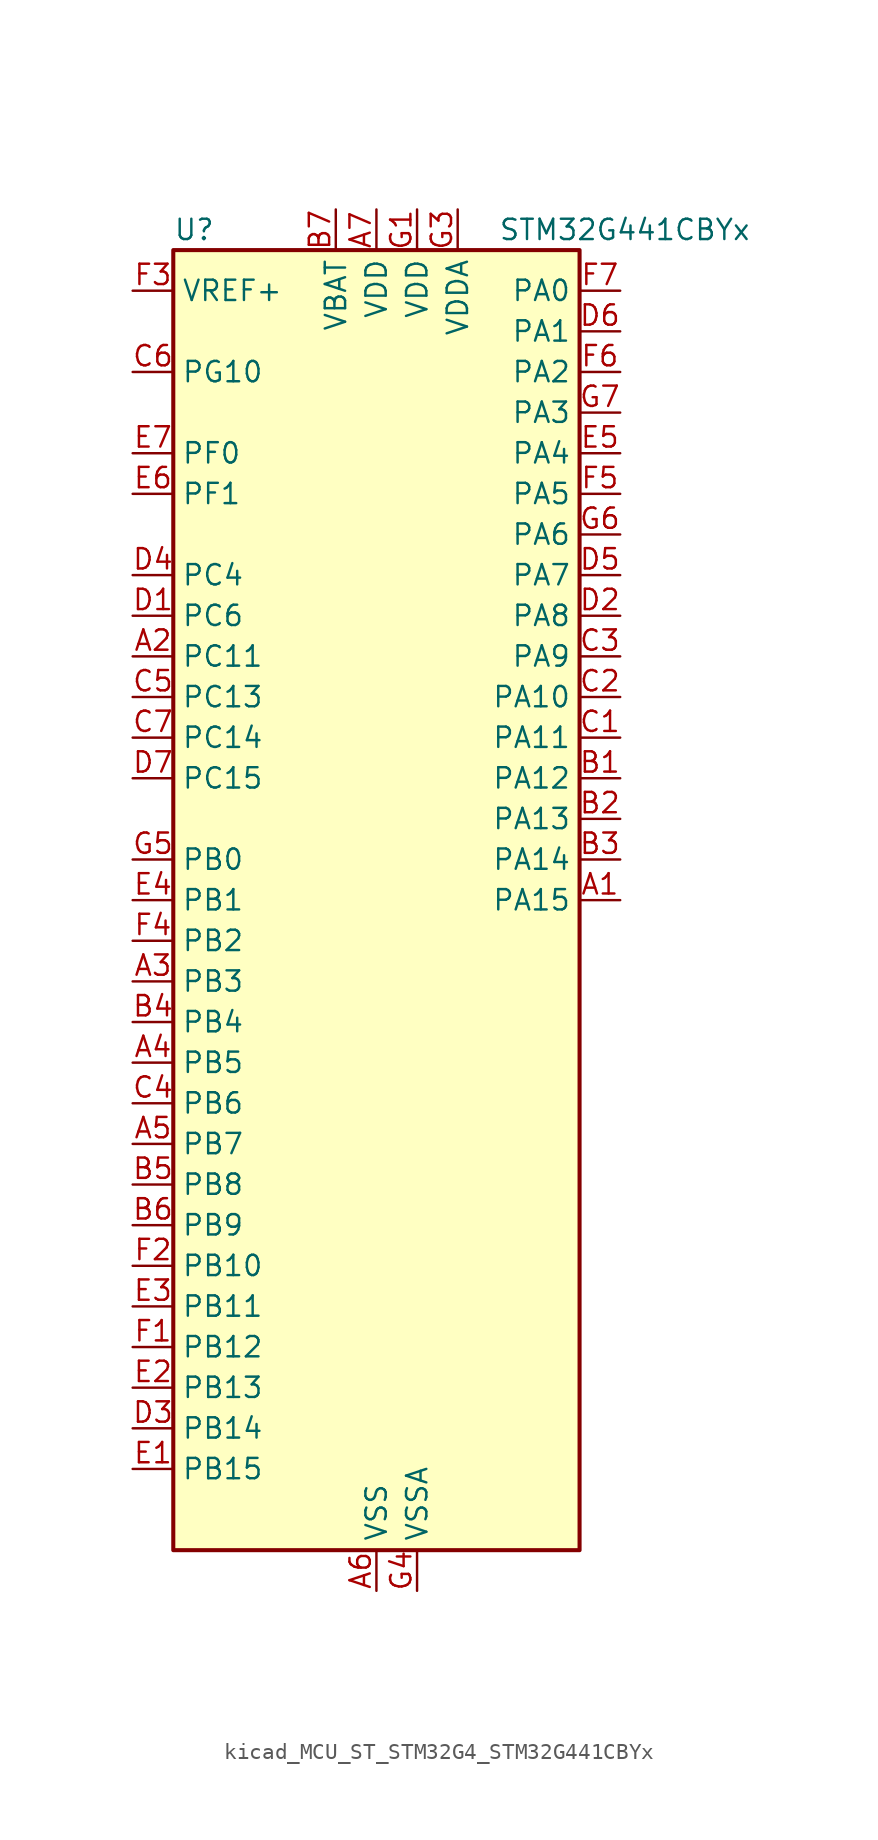
<source format=kicad_sym>
(kicad_symbol_lib
  (version 20220914)
  (generator kicad_symbol_editor)
  (symbol "kicad_MCU_ST_STM32G4_STM32G441CBYx"
    (property "Reference" "U"
      (at -12.7 41.91 0)
      (effects (font (size 1.27 1.27)) (justify left)))
    (property "Value" "STM32G441CBYx"
      (at 7.62 41.91 0)
      (effects (font (size 1.27 1.27)) (justify left)))
    (property "ki_locked" ""
      (at 0 0 0)
      (effects (font (size 1.27 1.27))))
    (symbol "kicad_MCU_ST_STM32G4_STM32G441CBYx_0_1"
      (rectangle (start -12.7 -40.64) (end 12.7 40.64) (stroke (width 0.254) (type default)) (fill (type background))))
    (symbol "kicad_MCU_ST_STM32G4_STM32G441CBYx_1_1"
      (pin bidirectional line (at 15.24 0 180) (length 2.54) (name "PA15" (effects (font (size 1.27 1.27)))) (number "A1" (effects (font (size 1.27 1.27)))) (alternate "ADC1_EXTI15" bidirectional line) (alternate "ADC2_EXTI15" bidirectional line) (alternate "I2C1_SCL" bidirectional line) (alternate "I2S3_WS" bidirectional line) (alternate "SPI1_NSS" bidirectional line) (alternate "SPI3_NSS" bidirectional line) (alternate "SYS_JTDI" bidirectional line) (alternate "TIM1_BKIN" bidirectional line) (alternate "TIM2_CH1" bidirectional line) (alternate "TIM2_ETR" bidirectional line) (alternate "TIM8_CH1" bidirectional line) (alternate "USART2_RX" bidirectional line))
      (pin bidirectional line (at -15.24 15.24 0) (length 2.54) (name "PC11" (effects (font (size 1.27 1.27)))) (number "A2" (effects (font (size 1.27 1.27)))) (alternate "ADC1_EXTI11" bidirectional line) (alternate "ADC2_EXTI11" bidirectional line) (alternate "I2C3_SDA" bidirectional line) (alternate "SPI3_MISO" bidirectional line) (alternate "TIM8_CH2N" bidirectional line) (alternate "USART3_RX" bidirectional line))
      (pin bidirectional line (at -15.24 -5.08 0) (length 2.54) (name "PB3" (effects (font (size 1.27 1.27)))) (number "A3" (effects (font (size 1.27 1.27)))) (alternate "CRS_SYNC" bidirectional line) (alternate "I2S3_CK" bidirectional line) (alternate "SAI1_SCK_B" bidirectional line) (alternate "SPI1_SCK" bidirectional line) (alternate "SPI3_SCK" bidirectional line) (alternate "SYS_JTDO-SWO" bidirectional line) (alternate "TIM2_CH2" bidirectional line) (alternate "TIM3_ETR" bidirectional line) (alternate "TIM4_ETR" bidirectional line) (alternate "TIM8_CH1N" bidirectional line) (alternate "USART2_TX" bidirectional line))
      (pin bidirectional line (at -15.24 -10.16 0) (length 2.54) (name "PB5" (effects (font (size 1.27 1.27)))) (number "A4" (effects (font (size 1.27 1.27)))) (alternate "I2C1_SMBA" bidirectional line) (alternate "I2C3_SDA" bidirectional line) (alternate "I2S3_SD" bidirectional line) (alternate "LPTIM1_IN1" bidirectional line) (alternate "SAI1_SD_B" bidirectional line) (alternate "SPI1_MOSI" bidirectional line) (alternate "SPI3_MOSI" bidirectional line) (alternate "TIM16_BKIN" bidirectional line) (alternate "TIM17_CH1" bidirectional line) (alternate "TIM3_CH2" bidirectional line) (alternate "TIM8_CH3N" bidirectional line) (alternate "USART2_CK" bidirectional line))
      (pin bidirectional line (at -15.24 -15.24 0) (length 2.54) (name "PB7" (effects (font (size 1.27 1.27)))) (number "A5" (effects (font (size 1.27 1.27)))) (alternate "COMP3_OUT" bidirectional line) (alternate "I2C1_SDA" bidirectional line) (alternate "LPTIM1_IN2" bidirectional line) (alternate "SYS_PVD_IN" bidirectional line) (alternate "TIM17_CH1N" bidirectional line) (alternate "TIM3_CH4" bidirectional line) (alternate "TIM4_CH2" bidirectional line) (alternate "TIM8_BKIN" bidirectional line) (alternate "USART1_RX" bidirectional line))
      (pin power_in line (at 0 -43.18 90) (length 2.54) (name "VSS" (effects (font (size 1.27 1.27)))) (number "A6" (effects (font (size 1.27 1.27)))))
      (pin power_in line (at 0 43.18 270) (length 2.54) (name "VDD" (effects (font (size 1.27 1.27)))) (number "A7" (effects (font (size 1.27 1.27)))))
      (pin bidirectional line (at 15.24 7.62 180) (length 2.54) (name "PA12" (effects (font (size 1.27 1.27)))) (number "B1" (effects (font (size 1.27 1.27)))) (alternate "COMP2_OUT" bidirectional line) (alternate "FDCAN1_TX" bidirectional line) (alternate "I2S_CKIN" bidirectional line) (alternate "TIM16_CH1" bidirectional line) (alternate "TIM1_CH2N" bidirectional line) (alternate "TIM1_ETR" bidirectional line) (alternate "TIM4_CH2" bidirectional line) (alternate "USART1_DE" bidirectional line) (alternate "USART1_RTS" bidirectional line) (alternate "USB_DP" bidirectional line))
      (pin bidirectional line (at 15.24 5.08 180) (length 2.54) (name "PA13" (effects (font (size 1.27 1.27)))) (number "B2" (effects (font (size 1.27 1.27)))) (alternate "I2C1_SCL" bidirectional line) (alternate "IR_OUT" bidirectional line) (alternate "SAI1_SD_B" bidirectional line) (alternate "SYS_JTMS-SWDIO" bidirectional line) (alternate "TIM16_CH1N" bidirectional line) (alternate "TIM4_CH3" bidirectional line) (alternate "USART3_CTS" bidirectional line) (alternate "USART3_NSS" bidirectional line))
      (pin bidirectional line (at 15.24 2.54 180) (length 2.54) (name "PA14" (effects (font (size 1.27 1.27)))) (number "B3" (effects (font (size 1.27 1.27)))) (alternate "I2C1_SDA" bidirectional line) (alternate "LPTIM1_OUT" bidirectional line) (alternate "SAI1_FS_B" bidirectional line) (alternate "SYS_JTCK-SWCLK" bidirectional line) (alternate "TIM1_BKIN" bidirectional line) (alternate "TIM8_CH2" bidirectional line) (alternate "USART2_TX" bidirectional line))
      (pin bidirectional line (at -15.24 -7.62 0) (length 2.54) (name "PB4" (effects (font (size 1.27 1.27)))) (number "B4" (effects (font (size 1.27 1.27)))) (alternate "SAI1_MCLK_B" bidirectional line) (alternate "SPI1_MISO" bidirectional line) (alternate "SPI3_MISO" bidirectional line) (alternate "SYS_JTRST" bidirectional line) (alternate "TIM16_CH1" bidirectional line) (alternate "TIM17_BKIN" bidirectional line) (alternate "TIM3_CH1" bidirectional line) (alternate "TIM8_CH2N" bidirectional line) (alternate "UCPD1_CC2" bidirectional line) (alternate "USART2_RX" bidirectional line))
      (pin bidirectional line (at -15.24 -17.78 0) (length 2.54) (name "PB8" (effects (font (size 1.27 1.27)))) (number "B5" (effects (font (size 1.27 1.27)))) (alternate "COMP1_OUT" bidirectional line) (alternate "FDCAN1_RX" bidirectional line) (alternate "I2C1_SCL" bidirectional line) (alternate "SAI1_CK1" bidirectional line) (alternate "SAI1_MCLK_A" bidirectional line) (alternate "TIM16_CH1" bidirectional line) (alternate "TIM1_BKIN" bidirectional line) (alternate "TIM4_CH3" bidirectional line) (alternate "TIM8_CH2" bidirectional line) (alternate "USART3_RX" bidirectional line))
      (pin bidirectional line (at -15.24 -20.32 0) (length 2.54) (name "PB9" (effects (font (size 1.27 1.27)))) (number "B6" (effects (font (size 1.27 1.27)))) (alternate "COMP2_OUT" bidirectional line) (alternate "DAC1_EXTI9" bidirectional line) (alternate "DAC3_EXTI9" bidirectional line) (alternate "FDCAN1_TX" bidirectional line) (alternate "I2C1_SDA" bidirectional line) (alternate "IR_OUT" bidirectional line) (alternate "SAI1_D2" bidirectional line) (alternate "SAI1_FS_A" bidirectional line) (alternate "TIM17_CH1" bidirectional line) (alternate "TIM1_CH3N" bidirectional line) (alternate "TIM4_CH4" bidirectional line) (alternate "TIM8_CH3" bidirectional line) (alternate "USART3_TX" bidirectional line))
      (pin power_in line (at -2.54 43.18 270) (length 2.54) (name "VBAT" (effects (font (size 1.27 1.27)))) (number "B7" (effects (font (size 1.27 1.27)))))
      (pin bidirectional line (at 15.24 10.16 180) (length 2.54) (name "PA11" (effects (font (size 1.27 1.27)))) (number "C1" (effects (font (size 1.27 1.27)))) (alternate "ADC1_EXTI11" bidirectional line) (alternate "ADC2_EXTI11" bidirectional line) (alternate "COMP1_OUT" bidirectional line) (alternate "FDCAN1_RX" bidirectional line) (alternate "I2S2_SD" bidirectional line) (alternate "SPI2_MOSI" bidirectional line) (alternate "TIM1_BKIN2" bidirectional line) (alternate "TIM1_CH1N" bidirectional line) (alternate "TIM1_CH4" bidirectional line) (alternate "TIM4_CH1" bidirectional line) (alternate "USART1_CTS" bidirectional line) (alternate "USART1_NSS" bidirectional line) (alternate "USB_DM" bidirectional line))
      (pin bidirectional line (at 15.24 12.7 180) (length 2.54) (name "PA10" (effects (font (size 1.27 1.27)))) (number "C2" (effects (font (size 1.27 1.27)))) (alternate "CRS_SYNC" bidirectional line) (alternate "DAC1_EXTI10" bidirectional line) (alternate "DAC3_EXTI10" bidirectional line) (alternate "I2C2_SMBA" bidirectional line) (alternate "SAI1_D1" bidirectional line) (alternate "SAI1_SD_A" bidirectional line) (alternate "SPI2_MISO" bidirectional line) (alternate "TIM17_BKIN" bidirectional line) (alternate "TIM1_CH3" bidirectional line) (alternate "TIM2_CH4" bidirectional line) (alternate "TIM8_BKIN" bidirectional line) (alternate "UCPD1_DBCC2" bidirectional line) (alternate "USART1_RX" bidirectional line))
      (pin bidirectional line (at 15.24 15.24 180) (length 2.54) (name "PA9" (effects (font (size 1.27 1.27)))) (number "C3" (effects (font (size 1.27 1.27)))) (alternate "DAC1_EXTI9" bidirectional line) (alternate "DAC3_EXTI9" bidirectional line) (alternate "I2C2_SCL" bidirectional line) (alternate "I2C3_SMBA" bidirectional line) (alternate "I2S3_MCK" bidirectional line) (alternate "SAI1_FS_A" bidirectional line) (alternate "TIM15_BKIN" bidirectional line) (alternate "TIM1_CH2" bidirectional line) (alternate "TIM2_CH3" bidirectional line) (alternate "UCPD1_DBCC1" bidirectional line) (alternate "USART1_TX" bidirectional line))
      (pin bidirectional line (at -15.24 -12.7 0) (length 2.54) (name "PB6" (effects (font (size 1.27 1.27)))) (number "C4" (effects (font (size 1.27 1.27)))) (alternate "COMP4_OUT" bidirectional line) (alternate "LPTIM1_ETR" bidirectional line) (alternate "SAI1_FS_B" bidirectional line) (alternate "TIM16_CH1N" bidirectional line) (alternate "TIM4_CH1" bidirectional line) (alternate "TIM8_BKIN2" bidirectional line) (alternate "TIM8_CH1" bidirectional line) (alternate "TIM8_ETR" bidirectional line) (alternate "UCPD1_CC1" bidirectional line) (alternate "USART1_TX" bidirectional line))
      (pin bidirectional line (at -15.24 12.7 0) (length 2.54) (name "PC13" (effects (font (size 1.27 1.27)))) (number "C5" (effects (font (size 1.27 1.27)))) (alternate "RTC_OUT1" bidirectional line) (alternate "RTC_TAMP1" bidirectional line) (alternate "RTC_TS" bidirectional line) (alternate "SYS_WKUP2" bidirectional line) (alternate "TIM1_BKIN" bidirectional line) (alternate "TIM1_CH1N" bidirectional line) (alternate "TIM8_CH4N" bidirectional line))
      (pin bidirectional line (at -15.24 33.02 0) (length 2.54) (name "PG10" (effects (font (size 1.27 1.27)))) (number "C6" (effects (font (size 1.27 1.27)))) (alternate "DAC1_EXTI10" bidirectional line) (alternate "DAC3_EXTI10" bidirectional line) (alternate "RCC_MCO" bidirectional line))
      (pin bidirectional line (at -15.24 10.16 0) (length 2.54) (name "PC14" (effects (font (size 1.27 1.27)))) (number "C7" (effects (font (size 1.27 1.27)))) (alternate "RCC_OSC32_IN" bidirectional line))
      (pin bidirectional line (at -15.24 17.78 0) (length 2.54) (name "PC6" (effects (font (size 1.27 1.27)))) (number "D1" (effects (font (size 1.27 1.27)))) (alternate "I2S2_MCK" bidirectional line) (alternate "TIM3_CH1" bidirectional line) (alternate "TIM8_CH1" bidirectional line))
      (pin bidirectional line (at 15.24 17.78 180) (length 2.54) (name "PA8" (effects (font (size 1.27 1.27)))) (number "D2" (effects (font (size 1.27 1.27)))) (alternate "I2C2_SDA" bidirectional line) (alternate "I2C3_SCL" bidirectional line) (alternate "I2S2_MCK" bidirectional line) (alternate "RCC_MCO" bidirectional line) (alternate "SAI1_CK2" bidirectional line) (alternate "SAI1_SCK_A" bidirectional line) (alternate "TIM1_CH1" bidirectional line) (alternate "TIM4_ETR" bidirectional line) (alternate "USART1_CK" bidirectional line))
      (pin bidirectional line (at -15.24 -33.02 0) (length 2.54) (name "PB14" (effects (font (size 1.27 1.27)))) (number "D3" (effects (font (size 1.27 1.27)))) (alternate "ADC1_IN5" bidirectional line) (alternate "COMP4_OUT" bidirectional line) (alternate "OPAMP2_VINP" bidirectional line) (alternate "OPAMP2_VINP_SEC" bidirectional line) (alternate "SPI2_MISO" bidirectional line) (alternate "TIM15_CH1" bidirectional line) (alternate "TIM1_CH2N" bidirectional line) (alternate "USART3_DE" bidirectional line) (alternate "USART3_RTS" bidirectional line))
      (pin bidirectional line (at -15.24 20.32 0) (length 2.54) (name "PC4" (effects (font (size 1.27 1.27)))) (number "D4" (effects (font (size 1.27 1.27)))) (alternate "ADC2_IN5" bidirectional line) (alternate "I2C2_SCL" bidirectional line) (alternate "TIM1_ETR" bidirectional line) (alternate "USART1_TX" bidirectional line))
      (pin bidirectional line (at 15.24 20.32 180) (length 2.54) (name "PA7" (effects (font (size 1.27 1.27)))) (number "D5" (effects (font (size 1.27 1.27)))) (alternate "ADC2_IN4" bidirectional line) (alternate "COMP2_INP" bidirectional line) (alternate "COMP2_OUT" bidirectional line) (alternate "OPAMP1_VINP" bidirectional line) (alternate "OPAMP1_VINP_SEC" bidirectional line) (alternate "OPAMP2_VINP" bidirectional line) (alternate "OPAMP2_VINP_SEC" bidirectional line) (alternate "SPI1_MOSI" bidirectional line) (alternate "TIM17_CH1" bidirectional line) (alternate "TIM1_CH1N" bidirectional line) (alternate "TIM3_CH2" bidirectional line) (alternate "TIM8_CH1N" bidirectional line) (alternate "UCPD1_FRSTX1" bidirectional line) (alternate "UCPD1_FRSTX2" bidirectional line))
      (pin bidirectional line (at 15.24 35.56 180) (length 2.54) (name "PA1" (effects (font (size 1.27 1.27)))) (number "D6" (effects (font (size 1.27 1.27)))) (alternate "ADC1_IN2" bidirectional line) (alternate "ADC2_IN2" bidirectional line) (alternate "COMP1_INP" bidirectional line) (alternate "OPAMP1_VINP" bidirectional line) (alternate "OPAMP1_VINP_SEC" bidirectional line) (alternate "OPAMP3_VINP" bidirectional line) (alternate "OPAMP3_VINP_SEC" bidirectional line) (alternate "RTC_REFIN" bidirectional line) (alternate "TIM15_CH1N" bidirectional line) (alternate "TIM2_CH2" bidirectional line) (alternate "USART2_DE" bidirectional line) (alternate "USART2_RTS" bidirectional line))
      (pin bidirectional line (at -15.24 7.62 0) (length 2.54) (name "PC15" (effects (font (size 1.27 1.27)))) (number "D7" (effects (font (size 1.27 1.27)))) (alternate "ADC1_EXTI15" bidirectional line) (alternate "ADC2_EXTI15" bidirectional line) (alternate "RCC_OSC32_OUT" bidirectional line))
      (pin bidirectional line (at -15.24 -35.56 0) (length 2.54) (name "PB15" (effects (font (size 1.27 1.27)))) (number "E1" (effects (font (size 1.27 1.27)))) (alternate "ADC1_EXTI15" bidirectional line) (alternate "ADC2_EXTI15" bidirectional line) (alternate "ADC2_IN15" bidirectional line) (alternate "COMP3_OUT" bidirectional line) (alternate "I2S2_SD" bidirectional line) (alternate "RTC_REFIN" bidirectional line) (alternate "SPI2_MOSI" bidirectional line) (alternate "TIM15_CH1N" bidirectional line) (alternate "TIM15_CH2" bidirectional line) (alternate "TIM1_CH3N" bidirectional line))
      (pin bidirectional line (at -15.24 -30.48 0) (length 2.54) (name "PB13" (effects (font (size 1.27 1.27)))) (number "E2" (effects (font (size 1.27 1.27)))) (alternate "I2S2_CK" bidirectional line) (alternate "LPUART1_CTS" bidirectional line) (alternate "OPAMP3_VINP" bidirectional line) (alternate "OPAMP3_VINP_SEC" bidirectional line) (alternate "SPI2_SCK" bidirectional line) (alternate "TIM1_CH1N" bidirectional line) (alternate "USART3_CTS" bidirectional line) (alternate "USART3_NSS" bidirectional line))
      (pin bidirectional line (at -15.24 -25.4 0) (length 2.54) (name "PB11" (effects (font (size 1.27 1.27)))) (number "E3" (effects (font (size 1.27 1.27)))) (alternate "ADC1_EXTI11" bidirectional line) (alternate "ADC1_IN14" bidirectional line) (alternate "ADC2_EXTI11" bidirectional line) (alternate "ADC2_IN14" bidirectional line) (alternate "LPUART1_TX" bidirectional line) (alternate "TIM2_CH4" bidirectional line) (alternate "USART3_RX" bidirectional line))
      (pin bidirectional line (at -15.24 0 0) (length 2.54) (name "PB1" (effects (font (size 1.27 1.27)))) (number "E4" (effects (font (size 1.27 1.27)))) (alternate "ADC1_IN12" bidirectional line) (alternate "COMP1_INP" bidirectional line) (alternate "COMP4_OUT" bidirectional line) (alternate "LPUART1_DE" bidirectional line) (alternate "LPUART1_RTS" bidirectional line) (alternate "OPAMP3_VOUT" bidirectional line) (alternate "TIM1_CH3N" bidirectional line) (alternate "TIM3_CH4" bidirectional line) (alternate "TIM8_CH3N" bidirectional line))
      (pin bidirectional line (at 15.24 27.94 180) (length 2.54) (name "PA4" (effects (font (size 1.27 1.27)))) (number "E5" (effects (font (size 1.27 1.27)))) (alternate "ADC2_IN17" bidirectional line) (alternate "COMP1_INM" bidirectional line) (alternate "DAC1_OUT1" bidirectional line) (alternate "I2S3_WS" bidirectional line) (alternate "SAI1_FS_B" bidirectional line) (alternate "SPI1_NSS" bidirectional line) (alternate "SPI3_NSS" bidirectional line) (alternate "TIM3_CH2" bidirectional line) (alternate "USART2_CK" bidirectional line))
      (pin bidirectional line (at -15.24 25.4 0) (length 2.54) (name "PF1" (effects (font (size 1.27 1.27)))) (number "E6" (effects (font (size 1.27 1.27)))) (alternate "ADC2_IN10" bidirectional line) (alternate "COMP3_INM" bidirectional line) (alternate "I2S2_CK" bidirectional line) (alternate "RCC_OSC_OUT" bidirectional line) (alternate "SPI2_SCK" bidirectional line))
      (pin bidirectional line (at -15.24 27.94 0) (length 2.54) (name "PF0" (effects (font (size 1.27 1.27)))) (number "E7" (effects (font (size 1.27 1.27)))) (alternate "ADC1_IN10" bidirectional line) (alternate "I2C2_SDA" bidirectional line) (alternate "I2S2_WS" bidirectional line) (alternate "RCC_OSC_IN" bidirectional line) (alternate "SPI2_NSS" bidirectional line) (alternate "TIM1_CH3N" bidirectional line))
      (pin bidirectional line (at -15.24 -27.94 0) (length 2.54) (name "PB12" (effects (font (size 1.27 1.27)))) (number "F1" (effects (font (size 1.27 1.27)))) (alternate "ADC1_IN11" bidirectional line) (alternate "I2C2_SMBA" bidirectional line) (alternate "I2S2_WS" bidirectional line) (alternate "LPUART1_DE" bidirectional line) (alternate "LPUART1_RTS" bidirectional line) (alternate "SPI2_NSS" bidirectional line) (alternate "TIM1_BKIN" bidirectional line) (alternate "USART3_CK" bidirectional line))
      (pin bidirectional line (at -15.24 -22.86 0) (length 2.54) (name "PB10" (effects (font (size 1.27 1.27)))) (number "F2" (effects (font (size 1.27 1.27)))) (alternate "DAC1_EXTI10" bidirectional line) (alternate "DAC3_EXTI10" bidirectional line) (alternate "LPUART1_RX" bidirectional line) (alternate "OPAMP3_VINM" bidirectional line) (alternate "OPAMP3_VINM1" bidirectional line) (alternate "OPAMP3_VINM_SEC" bidirectional line) (alternate "SAI1_SCK_A" bidirectional line) (alternate "TIM1_BKIN" bidirectional line) (alternate "TIM2_CH3" bidirectional line) (alternate "USART3_TX" bidirectional line))
      (pin input line (at -15.24 38.1 0) (length 2.54) (name "VREF+" (effects (font (size 1.27 1.27)))) (number "F3" (effects (font (size 1.27 1.27)))) (alternate "VREFBUF_OUT" bidirectional line))
      (pin bidirectional line (at -15.24 -2.54 0) (length 2.54) (name "PB2" (effects (font (size 1.27 1.27)))) (number "F4" (effects (font (size 1.27 1.27)))) (alternate "ADC2_IN12" bidirectional line) (alternate "COMP4_INM" bidirectional line) (alternate "I2C3_SMBA" bidirectional line) (alternate "LPTIM1_OUT" bidirectional line) (alternate "OPAMP3_VINM" bidirectional line) (alternate "OPAMP3_VINM0" bidirectional line) (alternate "OPAMP3_VINM_SEC" bidirectional line) (alternate "RTC_OUT2" bidirectional line))
      (pin bidirectional line (at 15.24 25.4 180) (length 2.54) (name "PA5" (effects (font (size 1.27 1.27)))) (number "F5" (effects (font (size 1.27 1.27)))) (alternate "ADC2_IN13" bidirectional line) (alternate "COMP2_INM" bidirectional line) (alternate "DAC1_OUT2" bidirectional line) (alternate "OPAMP2_VINM" bidirectional line) (alternate "OPAMP2_VINM0" bidirectional line) (alternate "OPAMP2_VINM_SEC" bidirectional line) (alternate "SPI1_SCK" bidirectional line) (alternate "TIM2_CH1" bidirectional line) (alternate "TIM2_ETR" bidirectional line) (alternate "UCPD1_FRSTX1" bidirectional line) (alternate "UCPD1_FRSTX2" bidirectional line))
      (pin bidirectional line (at 15.24 33.02 180) (length 2.54) (name "PA2" (effects (font (size 1.27 1.27)))) (number "F6" (effects (font (size 1.27 1.27)))) (alternate "ADC1_IN3" bidirectional line) (alternate "COMP2_INM" bidirectional line) (alternate "COMP2_OUT" bidirectional line) (alternate "LPUART1_TX" bidirectional line) (alternate "OPAMP1_VOUT" bidirectional line) (alternate "RCC_LSCO" bidirectional line) (alternate "SYS_WKUP4" bidirectional line) (alternate "TIM15_CH1" bidirectional line) (alternate "TIM2_CH3" bidirectional line) (alternate "UCPD1_FRSTX1" bidirectional line) (alternate "UCPD1_FRSTX2" bidirectional line) (alternate "USART2_TX" bidirectional line))
      (pin bidirectional line (at 15.24 38.1 180) (length 2.54) (name "PA0" (effects (font (size 1.27 1.27)))) (number "F7" (effects (font (size 1.27 1.27)))) (alternate "ADC1_IN1" bidirectional line) (alternate "ADC2_IN1" bidirectional line) (alternate "COMP1_INM" bidirectional line) (alternate "COMP1_OUT" bidirectional line) (alternate "COMP3_INP" bidirectional line) (alternate "RTC_TAMP2" bidirectional line) (alternate "SYS_WKUP1" bidirectional line) (alternate "TIM2_CH1" bidirectional line) (alternate "TIM2_ETR" bidirectional line) (alternate "TIM8_BKIN" bidirectional line) (alternate "TIM8_ETR" bidirectional line) (alternate "USART2_CTS" bidirectional line) (alternate "USART2_NSS" bidirectional line))
      (pin power_in line (at 2.54 43.18 270) (length 2.54) (name "VDD" (effects (font (size 1.27 1.27)))) (number "G1" (effects (font (size 1.27 1.27)))))
      (pin passive line (at 0 -43.18 90) (length 2.54) hide (name "VSS" (effects (font (size 1.27 1.27)))) (number "G2" (effects (font (size 1.27 1.27)))))
      (pin power_in line (at 5.08 43.18 270) (length 2.54) (name "VDDA" (effects (font (size 1.27 1.27)))) (number "G3" (effects (font (size 1.27 1.27)))))
      (pin power_in line (at 2.54 -43.18 90) (length 2.54) (name "VSSA" (effects (font (size 1.27 1.27)))) (number "G4" (effects (font (size 1.27 1.27)))))
      (pin bidirectional line (at -15.24 2.54 0) (length 2.54) (name "PB0" (effects (font (size 1.27 1.27)))) (number "G5" (effects (font (size 1.27 1.27)))) (alternate "ADC1_IN15" bidirectional line) (alternate "COMP4_INP" bidirectional line) (alternate "OPAMP2_VINP" bidirectional line) (alternate "OPAMP2_VINP_SEC" bidirectional line) (alternate "OPAMP3_VINP" bidirectional line) (alternate "OPAMP3_VINP_SEC" bidirectional line) (alternate "TIM1_CH2N" bidirectional line) (alternate "TIM3_CH3" bidirectional line) (alternate "TIM8_CH2N" bidirectional line) (alternate "UCPD1_FRSTX1" bidirectional line) (alternate "UCPD1_FRSTX2" bidirectional line))
      (pin bidirectional line (at 15.24 22.86 180) (length 2.54) (name "PA6" (effects (font (size 1.27 1.27)))) (number "G6" (effects (font (size 1.27 1.27)))) (alternate "ADC2_IN3" bidirectional line) (alternate "COMP1_OUT" bidirectional line) (alternate "LPUART1_CTS" bidirectional line) (alternate "OPAMP2_VOUT" bidirectional line) (alternate "SPI1_MISO" bidirectional line) (alternate "TIM16_CH1" bidirectional line) (alternate "TIM1_BKIN" bidirectional line) (alternate "TIM3_CH1" bidirectional line) (alternate "TIM8_BKIN" bidirectional line))
      (pin bidirectional line (at 15.24 30.48 180) (length 2.54) (name "PA3" (effects (font (size 1.27 1.27)))) (number "G7" (effects (font (size 1.27 1.27)))) (alternate "ADC1_IN4" bidirectional line) (alternate "COMP2_INP" bidirectional line) (alternate "LPUART1_RX" bidirectional line) (alternate "OPAMP1_VINM" bidirectional line) (alternate "OPAMP1_VINM0" bidirectional line) (alternate "OPAMP1_VINM_SEC" bidirectional line) (alternate "OPAMP1_VINP" bidirectional line) (alternate "OPAMP1_VINP_SEC" bidirectional line) (alternate "SAI1_CK1" bidirectional line) (alternate "SAI1_MCLK_A" bidirectional line) (alternate "TIM15_CH2" bidirectional line) (alternate "TIM2_CH4" bidirectional line) (alternate "USART2_RX" bidirectional line)))))
</source>
